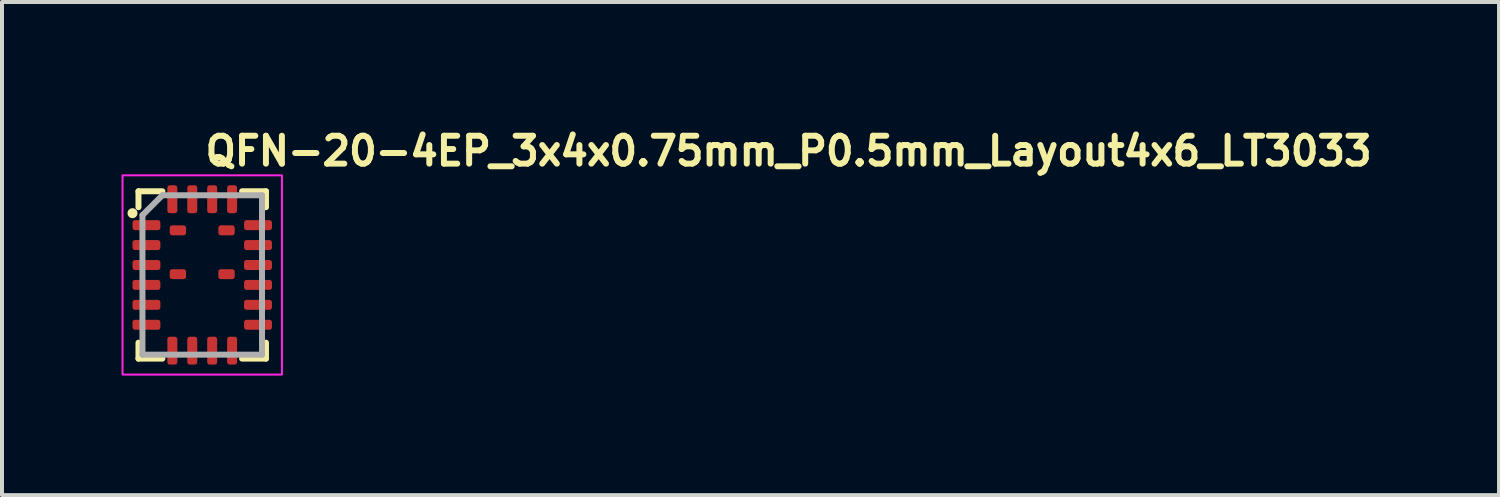
<source format=kicad_pcb>
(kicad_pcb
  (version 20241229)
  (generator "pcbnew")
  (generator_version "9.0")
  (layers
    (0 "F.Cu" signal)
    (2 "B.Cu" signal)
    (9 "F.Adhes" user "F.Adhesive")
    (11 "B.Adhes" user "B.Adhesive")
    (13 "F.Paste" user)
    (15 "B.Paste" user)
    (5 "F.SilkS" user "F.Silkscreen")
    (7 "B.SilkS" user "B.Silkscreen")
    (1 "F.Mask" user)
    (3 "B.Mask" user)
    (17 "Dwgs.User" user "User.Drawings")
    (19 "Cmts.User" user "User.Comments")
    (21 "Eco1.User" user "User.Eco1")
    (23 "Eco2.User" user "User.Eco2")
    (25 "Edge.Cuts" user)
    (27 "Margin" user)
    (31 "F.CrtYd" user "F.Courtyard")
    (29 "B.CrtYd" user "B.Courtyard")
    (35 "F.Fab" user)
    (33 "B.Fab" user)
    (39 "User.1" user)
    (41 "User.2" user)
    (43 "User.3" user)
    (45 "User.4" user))
  (footprint "QFN-20-4EP_3x4x0.75mm_P0.5mm_Layout4x6_LT3033"
    (layer "F.Cu")
    (at 2.025 3.85)
    (property "Reference" "QFN-20-4EP_3x4x0.75mm_P0.5mm_Layout4x6_LT3033" (at 0 -2.7 0) (unlocked yes) (layer "F.SilkS") (effects (font (size 0.7 0.7) (thickness 0.15)) (justify left bottom)))
    (attr smd)
    (fp_line (start -1.6 -2.1) (end -1.6 -1.7) (stroke (width 0.15) (type solid)) (layer "F.SilkS"))
    (fp_line (start -1.6 2.1) (end -1.6 1.7) (stroke (width 0.15) (type solid)) (layer "F.SilkS"))
    (fp_line (start -1.6 2.1) (end -1 2.1) (stroke (width 0.15) (type solid)) (layer "F.SilkS"))
    (fp_line (start -1 -2.1) (end -1.6 -2.1) (stroke (width 0.15) (type solid)) (layer "F.SilkS"))
    (fp_line (start 1 2.1) (end 1.6 2.1) (stroke (width 0.15) (type solid)) (layer "F.SilkS"))
    (fp_line (start 1.6 -2.1) (end 1 -2.1) (stroke (width 0.15) (type solid)) (layer "F.SilkS"))
    (fp_line (start 1.6 -2.1) (end 1.6 -1.7) (stroke (width 0.15) (type solid)) (layer "F.SilkS"))
    (fp_line (start 1.6 2.1) (end 1.6 1.7) (stroke (width 0.15) (type solid)) (layer "F.SilkS"))
    (fp_circle (center -1.75 -1.55) (end -1.7 -1.55) (stroke (width 0.15) (type solid)) (fill yes) (layer "F.SilkS"))
    (fp_rect (start -2 -2.5) (end 2 2.5) (stroke (width 0.05) (type solid)) (fill no) (layer "F.CrtYd"))
    (fp_line (start -1.5 -1.5) (end -1.5 2) (stroke (width 0.15) (type solid)) (layer "F.Fab"))
    (fp_line (start -1.5 2) (end 1.5 2) (stroke (width 0.15) (type solid)) (layer "F.Fab"))
    (fp_line (start -1 -2) (end -1.5 -1.5) (stroke (width 0.15) (type solid)) (layer "F.Fab"))
    (fp_line (start 1.5 -2) (end -1 -2) (stroke (width 0.15) (type solid)) (layer "F.Fab"))
    (fp_line (start 1.5 2) (end 1.5 -2) (stroke (width 0.15) (type solid)) (layer "F.Fab"))
    (fp_rect (start -1.549 -2.045) (end 1.549 2.045) (stroke (width 0.1) (type solid)) (fill no) (layer "User.5"))
    (fp_line (start -1.549 -2.045) (end -1.549 2.045) (stroke (width 0.02) (type solid)) (layer "User.9"))
    (fp_line (start -1.549 2.045) (end 1.549 2.045) (stroke (width 0.02) (type solid)) (layer "User.9"))
    (fp_line (start -1.317 -1.262) (end -1.317 -1.258) (stroke (width 0.02) (type solid)) (layer "User.9"))
    (fp_line (start -1.317 -1.258) (end -1.317 -1.254) (stroke (width 0.02) (type solid)) (layer "User.9"))
    (fp_line (start -1.317 -1.254) (end -1.317 -1.25) (stroke (width 0.02) (type solid)) (layer "User.9"))
    (fp_line (start -1.317 -1.25) (end -1.317 -1.25) (stroke (width 0.02) (type solid)) (layer "User.9"))
    (fp_line (start -1.317 -1.25) (end -1.317 -1.246) (stroke (width 0.02) (type solid)) (layer "User.9"))
    (fp_line (start -1.317 -1.246) (end -1.317 -1.242) (stroke (width 0.02) (type solid)) (layer "User.9"))
    (fp_line (start -1.317 -1.242) (end -1.317 -1.238) (stroke (width 0.02) (type solid)) (layer "User.9"))
    (fp_line (start -1.317 -1.238) (end -1.316 -1.234) (stroke (width 0.02) (type solid)) (layer "User.9"))
    (fp_line (start -1.316 -1.266) (end -1.317 -1.262) (stroke (width 0.02) (type solid)) (layer "User.9"))
    (fp_line (start -1.316 -1.234) (end -1.315 -1.231) (stroke (width 0.02) (type solid)) (layer "User.9"))
    (fp_line (start -1.315 -1.269) (end -1.316 -1.266) (stroke (width 0.02) (type solid)) (layer "User.9"))
    (fp_line (start -1.315 -1.231) (end -1.314 -1.227) (stroke (width 0.02) (type solid)) (layer "User.9"))
    (fp_line (start -1.314 -1.273) (end -1.315 -1.269) (stroke (width 0.02) (type solid)) (layer "User.9"))
    (fp_line (start -1.314 -1.227) (end -1.313 -1.223) (stroke (width 0.02) (type solid)) (layer "User.9"))
    (fp_line (start -1.313 -1.277) (end -1.314 -1.273) (stroke (width 0.02) (type solid)) (layer "User.9"))
    (fp_line (start -1.313 -1.223) (end -1.311 -1.22) (stroke (width 0.02) (type solid)) (layer "User.9"))
    (fp_line (start -1.311 -1.28) (end -1.313 -1.277) (stroke (width 0.02) (type solid)) (layer "User.9"))
    (fp_line (start -1.311 -1.22) (end -1.31 -1.216) (stroke (width 0.02) (type solid)) (layer "User.9"))
    (fp_line (start -1.31 -1.284) (end -1.311 -1.28) (stroke (width 0.02) (type solid)) (layer "User.9"))
    (fp_line (start -1.31 -1.216) (end -1.308 -1.213) (stroke (width 0.02) (type solid)) (layer "User.9"))
    (fp_line (start -1.308 -1.287) (end -1.31 -1.284) (stroke (width 0.02) (type solid)) (layer "User.9"))
    (fp_line (start -1.308 -1.213) (end -1.306 -1.21) (stroke (width 0.02) (type solid)) (layer "User.9"))
    (fp_line (start -1.306 -1.29) (end -1.308 -1.287) (stroke (width 0.02) (type solid)) (layer "User.9"))
    (fp_line (start -1.306 -1.21) (end -1.304 -1.207) (stroke (width 0.02) (type solid)) (layer "User.9"))
    (fp_line (start -1.304 -1.293) (end -1.306 -1.29) (stroke (width 0.02) (type solid)) (layer "User.9"))
    (fp_line (start -1.304 -1.207) (end -1.302 -1.204) (stroke (width 0.02) (type solid)) (layer "User.9"))
    (fp_line (start -1.302 -1.296) (end -1.304 -1.293) (stroke (width 0.02) (type solid)) (layer "User.9"))
    (fp_line (start -1.302 -1.204) (end -1.3 -1.201) (stroke (width 0.02) (type solid)) (layer "User.9"))
    (fp_line (start -1.3 -1.299) (end -1.302 -1.296) (stroke (width 0.02) (type solid)) (layer "User.9"))
    (fp_line (start -1.3 -1.201) (end -1.297 -1.198) (stroke (width 0.02) (type solid)) (layer "User.9"))
    (fp_line (start -1.297 -1.302) (end -1.3 -1.299) (stroke (width 0.02) (type solid)) (layer "User.9"))
    (fp_line (start -1.297 -1.198) (end -1.295 -1.195) (stroke (width 0.02) (type solid)) (layer "User.9"))
    (fp_line (start -1.295 -1.305) (end -1.297 -1.302) (stroke (width 0.02) (type solid)) (layer "User.9"))
    (fp_line (start -1.295 -1.195) (end -1.292 -1.193) (stroke (width 0.02) (type solid)) (layer "User.9"))
    (fp_line (start -1.292 -1.307) (end -1.295 -1.305) (stroke (width 0.02) (type solid)) (layer "User.9"))
    (fp_line (start -1.292 -1.193) (end -1.289 -1.19) (stroke (width 0.02) (type solid)) (layer "User.9"))
    (fp_line (start -1.289 -1.31) (end -1.292 -1.307) (stroke (width 0.02) (type solid)) (layer "User.9"))
    (fp_line (start -1.289 -1.19) (end -1.286 -1.188) (stroke (width 0.02) (type solid)) (layer "User.9"))
    (fp_line (start -1.286 -1.312) (end -1.289 -1.31) (stroke (width 0.02) (type solid)) (layer "User.9"))
    (fp_line (start -1.286 -1.188) (end -1.283 -1.186) (stroke (width 0.02) (type solid)) (layer "User.9"))
    (fp_line (start -1.283 -1.314) (end -1.286 -1.312) (stroke (width 0.02) (type solid)) (layer "User.9"))
    (fp_line (start -1.283 -1.186) (end -1.28 -1.184) (stroke (width 0.02) (type solid)) (layer "User.9"))
    (fp_line (start -1.28 -1.316) (end -1.283 -1.314) (stroke (width 0.02) (type solid)) (layer "User.9"))
    (fp_line (start -1.28 -1.184) (end -1.277 -1.182) (stroke (width 0.02) (type solid)) (layer "User.9"))
    (fp_line (start -1.277 -1.318) (end -1.28 -1.316) (stroke (width 0.02) (type solid)) (layer "User.9"))
    (fp_line (start -1.277 -1.182) (end -1.274 -1.18) (stroke (width 0.02) (type solid)) (layer "User.9"))
    (fp_line (start -1.274 -1.32) (end -1.277 -1.318) (stroke (width 0.02) (type solid)) (layer "User.9"))
    (fp_line (start -1.274 -1.18) (end -1.27 -1.179) (stroke (width 0.02) (type solid)) (layer "User.9"))
    (fp_line (start -1.27 -1.321) (end -1.274 -1.32) (stroke (width 0.02) (type solid)) (layer "User.9"))
    (fp_line (start -1.27 -1.179) (end -1.267 -1.177) (stroke (width 0.02) (type solid)) (layer "User.9"))
    (fp_line (start -1.267 -1.323) (end -1.27 -1.321) (stroke (width 0.02) (type solid)) (layer "User.9"))
    (fp_line (start -1.267 -1.177) (end -1.263 -1.176) (stroke (width 0.02) (type solid)) (layer "User.9"))
    (fp_line (start -1.263 -1.324) (end -1.267 -1.323) (stroke (width 0.02) (type solid)) (layer "User.9"))
    (fp_line (start -1.263 -1.176) (end -1.259 -1.175) (stroke (width 0.02) (type solid)) (layer "User.9"))
    (fp_line (start -1.259 -1.325) (end -1.263 -1.324) (stroke (width 0.02) (type solid)) (layer "User.9"))
    (fp_line (start -1.259 -1.175) (end -1.256 -1.174) (stroke (width 0.02) (type solid)) (layer "User.9"))
    (fp_line (start -1.256 -1.326) (end -1.259 -1.325) (stroke (width 0.02) (type solid)) (layer "User.9"))
    (fp_line (start -1.256 -1.174) (end -1.252 -1.173) (stroke (width 0.02) (type solid)) (layer "User.9"))
    (fp_line (start -1.252 -1.327) (end -1.256 -1.326) (stroke (width 0.02) (type solid)) (layer "User.9"))
    (fp_line (start -1.252 -1.173) (end -1.248 -1.173) (stroke (width 0.02) (type solid)) (layer "User.9"))
    (fp_line (start -1.248 -1.327) (end -1.252 -1.327) (stroke (width 0.02) (type solid)) (layer "User.9"))
    (fp_line (start -1.248 -1.173) (end -1.244 -1.173) (stroke (width 0.02) (type solid)) (layer "User.9"))
    (fp_line (start -1.244 -1.327) (end -1.248 -1.327) (stroke (width 0.02) (type solid)) (layer "User.9"))
    (fp_line (start -1.244 -1.173) (end -1.24 -1.173) (stroke (width 0.02) (type solid)) (layer "User.9"))
    (fp_line (start -1.24 -1.327) (end -1.244 -1.327) (stroke (width 0.02) (type solid)) (layer "User.9"))
    (fp_line (start -1.24 -1.327) (end -1.24 -1.327) (stroke (width 0.02) (type solid)) (layer "User.9"))
    (fp_line (start -1.24 -1.173) (end -1.24 -1.173) (stroke (width 0.02) (type solid)) (layer "User.9"))
    (fp_line (start -1.24 -1.173) (end -1.236 -1.173) (stroke (width 0.02) (type solid)) (layer "User.9"))
    (fp_line (start -1.236 -1.327) (end -1.24 -1.327) (stroke (width 0.02) (type solid)) (layer "User.9"))
    (fp_line (start -1.236 -1.173) (end -1.232 -1.173) (stroke (width 0.02) (type solid)) (layer "User.9"))
    (fp_line (start -1.232 -1.327) (end -1.236 -1.327) (stroke (width 0.02) (type solid)) (layer "User.9"))
    (fp_line (start -1.232 -1.173) (end -1.228 -1.173) (stroke (width 0.02) (type solid)) (layer "User.9"))
    (fp_line (start -1.228 -1.327) (end -1.232 -1.327) (stroke (width 0.02) (type solid)) (layer "User.9"))
    (fp_line (start -1.228 -1.173) (end -1.224 -1.174) (stroke (width 0.02) (type solid)) (layer "User.9"))
    (fp_line (start -1.224 -1.326) (end -1.228 -1.327) (stroke (width 0.02) (type solid)) (layer "User.9"))
    (fp_line (start -1.224 -1.174) (end -1.221 -1.175) (stroke (width 0.02) (type solid)) (layer "User.9"))
    (fp_line (start -1.221 -1.325) (end -1.224 -1.326) (stroke (width 0.02) (type solid)) (layer "User.9"))
    (fp_line (start -1.221 -1.175) (end -1.217 -1.176) (stroke (width 0.02) (type solid)) (layer "User.9"))
    (fp_line (start -1.217 -1.324) (end -1.221 -1.325) (stroke (width 0.02) (type solid)) (layer "User.9"))
    (fp_line (start -1.217 -1.176) (end -1.213 -1.177) (stroke (width 0.02) (type solid)) (layer "User.9"))
    (fp_line (start -1.213 -1.323) (end -1.217 -1.324) (stroke (width 0.02) (type solid)) (layer "User.9"))
    (fp_line (start -1.213 -1.177) (end -1.21 -1.179) (stroke (width 0.02) (type solid)) (layer "User.9"))
    (fp_line (start -1.21 -1.321) (end -1.213 -1.323) (stroke (width 0.02) (type solid)) (layer "User.9"))
    (fp_line (start -1.21 -1.179) (end -1.206 -1.18) (stroke (width 0.02) (type solid)) (layer "User.9"))
    (fp_line (start -1.206 -1.32) (end -1.21 -1.321) (stroke (width 0.02) (type solid)) (layer "User.9"))
    (fp_line (start -1.206 -1.18) (end -1.203 -1.182) (stroke (width 0.02) (type solid)) (layer "User.9"))
    (fp_line (start -1.203 -1.318) (end -1.206 -1.32) (stroke (width 0.02) (type solid)) (layer "User.9"))
    (fp_line (start -1.203 -1.182) (end -1.2 -1.184) (stroke (width 0.02) (type solid)) (layer "User.9"))
    (fp_line (start -1.2 -1.316) (end -1.203 -1.318) (stroke (width 0.02) (type solid)) (layer "User.9"))
    (fp_line (start -1.2 -1.184) (end -1.197 -1.186) (stroke (width 0.02) (type solid)) (layer "User.9"))
    (fp_line (start -1.197 -1.314) (end -1.2 -1.316) (stroke (width 0.02) (type solid)) (layer "User.9"))
    (fp_line (start -1.197 -1.186) (end -1.194 -1.188) (stroke (width 0.02) (type solid)) (layer "User.9"))
    (fp_line (start -1.194 -1.312) (end -1.197 -1.314) (stroke (width 0.02) (type solid)) (layer "User.9"))
    (fp_line (start -1.194 -1.188) (end -1.191 -1.19) (stroke (width 0.02) (type solid)) (layer "User.9"))
    (fp_line (start -1.191 -1.31) (end -1.194 -1.312) (stroke (width 0.02) (type solid)) (layer "User.9"))
    (fp_line (start -1.191 -1.19) (end -1.188 -1.193) (stroke (width 0.02) (type solid)) (layer "User.9"))
    (fp_line (start -1.188 -1.307) (end -1.191 -1.31) (stroke (width 0.02) (type solid)) (layer "User.9"))
    (fp_line (start -1.188 -1.193) (end -1.185 -1.195) (stroke (width 0.02) (type solid)) (layer "User.9"))
    (fp_line (start -1.185 -1.305) (end -1.188 -1.307) (stroke (width 0.02) (type solid)) (layer "User.9"))
    (fp_line (start -1.185 -1.195) (end -1.183 -1.198) (stroke (width 0.02) (type solid)) (layer "User.9"))
    (fp_line (start -1.183 -1.302) (end -1.185 -1.305) (stroke (width 0.02) (type solid)) (layer "User.9"))
    (fp_line (start -1.183 -1.198) (end -1.18 -1.201) (stroke (width 0.02) (type solid)) (layer "User.9"))
    (fp_line (start -1.18 -1.299) (end -1.183 -1.302) (stroke (width 0.02) (type solid)) (layer "User.9"))
    (fp_line (start -1.18 -1.201) (end -1.178 -1.204) (stroke (width 0.02) (type solid)) (layer "User.9"))
    (fp_line (start -1.178 -1.296) (end -1.18 -1.299) (stroke (width 0.02) (type solid)) (layer "User.9"))
    (fp_line (start -1.178 -1.204) (end -1.176 -1.207) (stroke (width 0.02) (type solid)) (layer "User.9"))
    (fp_line (start -1.176 -1.293) (end -1.178 -1.296) (stroke (width 0.02) (type solid)) (layer "User.9"))
    (fp_line (start -1.176 -1.207) (end -1.174 -1.21) (stroke (width 0.02) (type solid)) (layer "User.9"))
    (fp_line (start -1.174 -1.29) (end -1.176 -1.293) (stroke (width 0.02) (type solid)) (layer "User.9"))
    (fp_line (start -1.174 -1.21) (end -1.172 -1.213) (stroke (width 0.02) (type solid)) (layer "User.9"))
    (fp_line (start -1.172 -1.287) (end -1.174 -1.29) (stroke (width 0.02) (type solid)) (layer "User.9"))
    (fp_line (start -1.172 -1.213) (end -1.17 -1.216) (stroke (width 0.02) (type solid)) (layer "User.9"))
    (fp_line (start -1.17 -1.284) (end -1.172 -1.287) (stroke (width 0.02) (type solid)) (layer "User.9"))
    (fp_line (start -1.17 -1.216) (end -1.169 -1.22) (stroke (width 0.02) (type solid)) (layer "User.9"))
    (fp_line (start -1.169 -1.28) (end -1.17 -1.284) (stroke (width 0.02) (type solid)) (layer "User.9"))
    (fp_line (start -1.169 -1.22) (end -1.167 -1.223) (stroke (width 0.02) (type solid)) (layer "User.9"))
    (fp_line (start -1.167 -1.277) (end -1.169 -1.28) (stroke (width 0.02) (type solid)) (layer "User.9"))
    (fp_line (start -1.167 -1.223) (end -1.166 -1.227) (stroke (width 0.02) (type solid)) (layer "User.9"))
    (fp_line (start -1.166 -1.273) (end -1.167 -1.277) (stroke (width 0.02) (type solid)) (layer "User.9"))
    (fp_line (start -1.166 -1.227) (end -1.165 -1.231) (stroke (width 0.02) (type solid)) (layer "User.9"))
    (fp_line (start -1.165 -1.269) (end -1.166 -1.273) (stroke (width 0.02) (type solid)) (layer "User.9"))
    (fp_line (start -1.165 -1.231) (end -1.164 -1.234) (stroke (width 0.02) (type solid)) (layer "User.9"))
    (fp_line (start -1.164 -1.266) (end -1.165 -1.269) (stroke (width 0.02) (type solid)) (layer "User.9"))
    (fp_line (start -1.164 -1.234) (end -1.163 -1.238) (stroke (width 0.02) (type solid)) (layer "User.9"))
    (fp_line (start -1.163 -1.262) (end -1.164 -1.266) (stroke (width 0.02) (type solid)) (layer "User.9"))
    (fp_line (start -1.163 -1.258) (end -1.163 -1.262) (stroke (width 0.02) (type solid)) (layer "User.9"))
    (fp_line (start -1.163 -1.254) (end -1.163 -1.258) (stroke (width 0.02) (type solid)) (layer "User.9"))
    (fp_line (start -1.163 -1.25) (end -1.163 -1.254) (stroke (width 0.02) (type solid)) (layer "User.9"))
    (fp_line (start -1.163 -1.25) (end -1.163 -1.25) (stroke (width 0.02) (type solid)) (layer "User.9"))
    (fp_line (start -1.163 -1.25) (end -1.163 -1.25) (stroke (width 0.02) (type solid)) (layer "User.9"))
    (fp_line (start -1.163 -1.246) (end -1.163 -1.25) (stroke (width 0.02) (type solid)) (layer "User.9"))
    (fp_line (start -1.163 -1.242) (end -1.163 -1.246) (stroke (width 0.02) (type solid)) (layer "User.9"))
    (fp_line (start -1.163 -1.238) (end -1.163 -1.242) (stroke (width 0.02) (type solid)) (layer "User.9"))
    (fp_line (start 1.549 -2.045) (end -1.549 -2.045) (stroke (width 0.02) (type solid)) (layer "User.9"))
    (fp_line (start 1.549 2.045) (end 1.549 -2.045) (stroke (width 0.02) (type solid)) (layer "User.9"))
    (pad "1" smd roundrect (at -1.4 -1.25 90) (size 0.25 0.7) (layers "F.Cu" "F.Mask" "F.Paste") (roundrect_rratio 0.25))
    (pad "2" smd roundrect (at -1.4 -0.75 90) (size 0.25 0.7) (layers "F.Cu" "F.Mask" "F.Paste") (roundrect_rratio 0.25))
    (pad "3" smd roundrect (at -1.4 -0.25 90) (size 0.25 0.7) (layers "F.Cu" "F.Mask" "F.Paste") (roundrect_rratio 0.25))
    (pad "4" smd roundrect (at -1.4 0.25 90) (size 0.25 0.7) (layers "F.Cu" "F.Mask" "F.Paste") (roundrect_rratio 0.25))
    (pad "5" smd roundrect (at -1.4 0.75 90) (size 0.25 0.7) (layers "F.Cu" "F.Mask" "F.Paste") (roundrect_rratio 0.25))
    (pad "6" smd roundrect (at -1.4 1.25 90) (size 0.25 0.7) (layers "F.Cu" "F.Mask" "F.Paste") (roundrect_rratio 0.25))
    (pad "7" smd roundrect (at -0.75 1.9 180) (size 0.25 0.7) (layers "F.Cu" "F.Mask" "F.Paste") (roundrect_rratio 0.25))
    (pad "8" smd roundrect (at -0.25 1.9 180) (size 0.25 0.7) (layers "F.Cu" "F.Mask" "F.Paste") (roundrect_rratio 0.25))
    (pad "9" smd roundrect (at 0.25 1.9 180) (size 0.25 0.7) (layers "F.Cu" "F.Mask" "F.Paste") (roundrect_rratio 0.25))
    (pad "10" smd roundrect (at 0.75 1.9 180) (size 0.25 0.7) (layers "F.Cu" "F.Mask" "F.Paste") (roundrect_rratio 0.25))
    (pad "11" smd roundrect (at 1.4 1.25 90) (size 0.25 0.7) (layers "F.Cu" "F.Mask" "F.Paste") (roundrect_rratio 0.25))
    (pad "12" smd roundrect (at 1.4 0.75 90) (size 0.25 0.7) (layers "F.Cu" "F.Mask" "F.Paste") (roundrect_rratio 0.25))
    (pad "13" smd roundrect (at 1.4 0.25 90) (size 0.25 0.7) (layers "F.Cu" "F.Mask" "F.Paste") (roundrect_rratio 0.25))
    (pad "14" smd roundrect (at 1.4 -0.25 90) (size 0.25 0.7) (layers "F.Cu" "F.Mask" "F.Paste") (roundrect_rratio 0.25))
    (pad "15" smd roundrect (at 1.4 -0.75 90) (size 0.25 0.7) (layers "F.Cu" "F.Mask" "F.Paste") (roundrect_rratio 0.25))
    (pad "16" smd roundrect (at 1.4 -1.25 90) (size 0.25 0.7) (layers "F.Cu" "F.Mask" "F.Paste") (roundrect_rratio 0.25))
    (pad "17" smd roundrect (at 0.75 -1.9 180) (size 0.25 0.7) (layers "F.Cu" "F.Mask" "F.Paste") (roundrect_rratio 0.25))
    (pad "18" smd roundrect (at 0.25 -1.9 180) (size 0.25 0.7) (layers "F.Cu" "F.Mask" "F.Paste") (roundrect_rratio 0.25))
    (pad "19" smd roundrect (at -0.25 -1.9 180) (size 0.25 0.7) (layers "F.Cu" "F.Mask" "F.Paste") (roundrect_rratio 0.25))
    (pad "20" smd roundrect (at -0.75 -1.9 180) (size 0.25 0.7) (layers "F.Cu" "F.Mask" "F.Paste") (roundrect_rratio 0.25))
    (pad "21" smd roundrect (at -0.61 -1.12 180) (size 0.41 0.25) (layers "F.Cu" "F.Mask" "F.Paste") (roundrect_rratio 0.25))
    (pad "22" smd roundrect (at 0.61 -1.12 180) (size 0.41 0.25) (layers "F.Cu" "F.Mask" "F.Paste") (roundrect_rratio 0.25))
    (pad "23" smd roundrect (at -0.61 -0.02 180) (size 0.41 0.25) (layers "F.Cu" "F.Mask" "F.Paste") (roundrect_rratio 0.25))
    (pad "24" smd roundrect (at 0.61 -0.02 180) (size 0.41 0.25) (layers "F.Cu" "F.Mask" "F.Paste") (roundrect_rratio 0.25)))
  (gr_rect
    (start -3 -3)
    (end 34.568 9.375)
    (stroke (width 0.1) (type default))
    (fill no)
    (layer "Edge.Cuts")))
</source>
